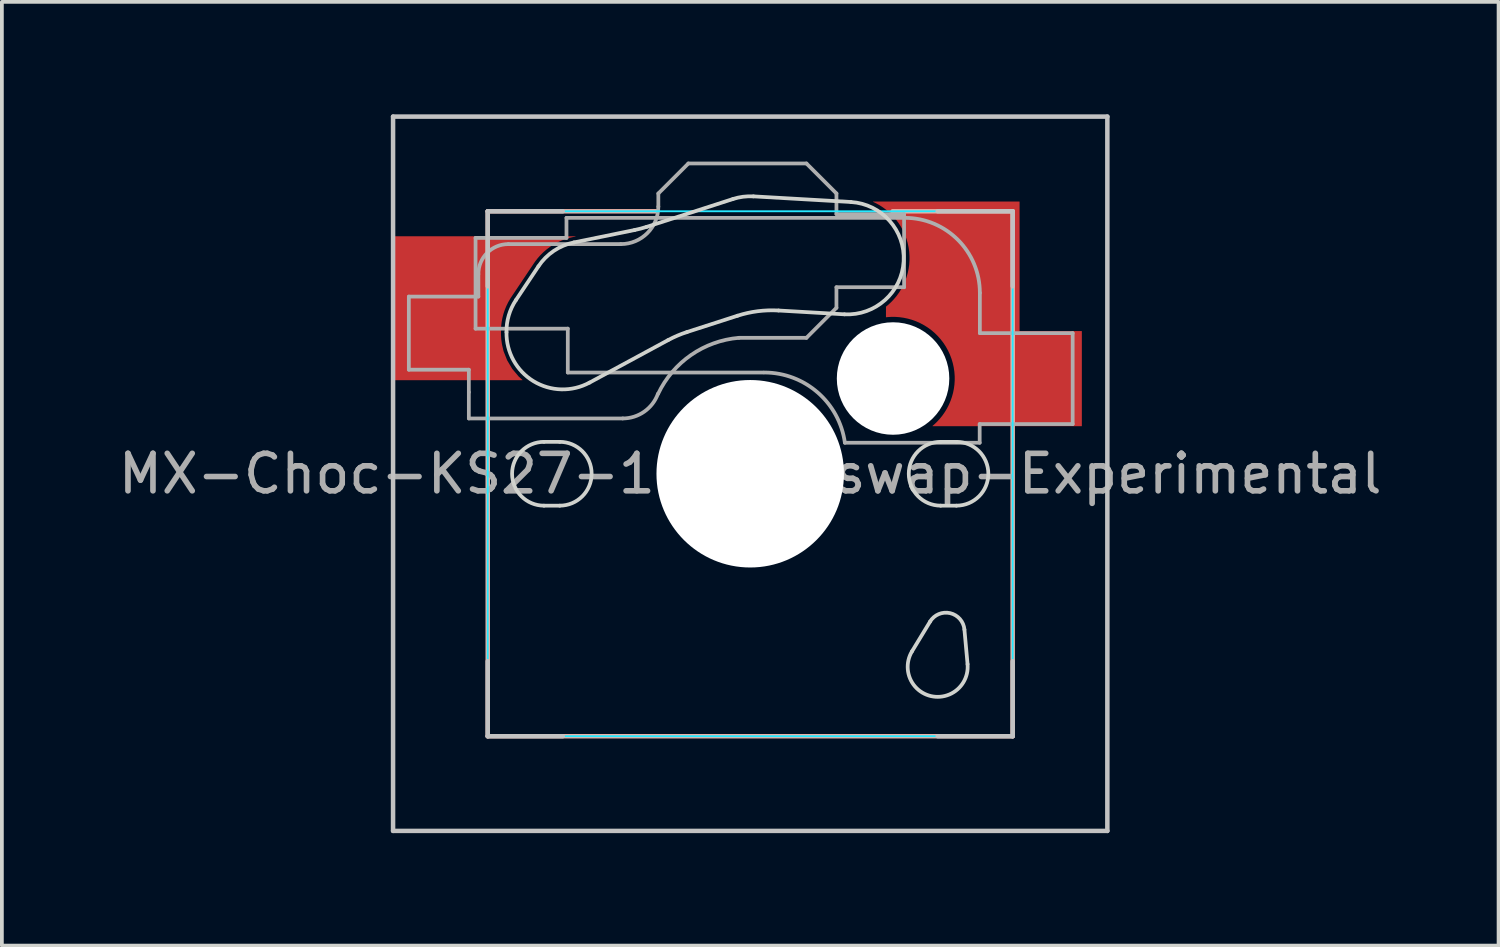
<source format=kicad_pcb>
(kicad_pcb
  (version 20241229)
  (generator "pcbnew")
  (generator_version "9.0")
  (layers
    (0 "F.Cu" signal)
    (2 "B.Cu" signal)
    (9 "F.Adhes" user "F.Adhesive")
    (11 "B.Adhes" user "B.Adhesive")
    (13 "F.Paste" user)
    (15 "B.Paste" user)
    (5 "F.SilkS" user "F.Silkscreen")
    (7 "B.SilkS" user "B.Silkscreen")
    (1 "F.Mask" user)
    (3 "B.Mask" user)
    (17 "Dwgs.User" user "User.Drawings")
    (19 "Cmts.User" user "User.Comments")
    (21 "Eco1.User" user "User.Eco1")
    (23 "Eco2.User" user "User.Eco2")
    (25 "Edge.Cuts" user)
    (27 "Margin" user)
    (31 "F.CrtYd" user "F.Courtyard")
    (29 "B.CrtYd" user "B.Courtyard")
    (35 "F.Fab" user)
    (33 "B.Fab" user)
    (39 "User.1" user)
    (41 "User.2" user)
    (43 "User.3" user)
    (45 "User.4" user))
  (footprint "MX-Choc-KS27-1U-Hotswap-Experimental"
    (layer "F.Cu")
    (at 16.958 9.585)
    (property "Reference" "MX-Choc-KS27-1U-Hotswap-Experimental" (at 0 0 0) (layer "F.Fab") (effects (font (size 1 1) (thickness 0.15))))
    (attr smd)
    (fp_line (start -7 -7) (end -2.5 -7) (stroke (width 0.12) (type default)) (layer "B.SilkS"))
    (fp_line (start -7 7) (end -7 -7) (stroke (width 0.12) (type default)) (layer "B.SilkS"))
    (fp_line (start 3.8 -7) (end 7 -7) (stroke (width 0.12) (type default)) (layer "B.SilkS"))
    (fp_line (start 7 -7) (end 7 7) (stroke (width 0.12) (type default)) (layer "B.SilkS"))
    (fp_line (start 7 7) (end -7 7) (stroke (width 0.12) (type default)) (layer "B.SilkS"))
    (fp_line (start -9.525 -9.525) (end -9.525 9.525) (stroke (width 0.12) (type solid)) (layer "Dwgs.User"))
    (fp_line (start -9.525 9.525) (end 9.525 9.525) (stroke (width 0.12) (type solid)) (layer "Dwgs.User"))
    (fp_line (start -7 -7) (end -7 -5) (stroke (width 0.12) (type solid)) (layer "Dwgs.User"))
    (fp_line (start -7 7) (end -7 5) (stroke (width 0.12) (type solid)) (layer "Dwgs.User"))
    (fp_line (start -5 -7) (end -7 -7) (stroke (width 0.12) (type solid)) (layer "Dwgs.User"))
    (fp_line (start -5 7) (end -7 7) (stroke (width 0.12) (type solid)) (layer "Dwgs.User"))
    (fp_line (start 5 -7) (end 7 -7) (stroke (width 0.12) (type solid)) (layer "Dwgs.User"))
    (fp_line (start 7 -7) (end 7 -5) (stroke (width 0.12) (type solid)) (layer "Dwgs.User"))
    (fp_line (start 7 5) (end 7 7) (stroke (width 0.12) (type solid)) (layer "Dwgs.User"))
    (fp_line (start 7 7) (end 5 7) (stroke (width 0.12) (type solid)) (layer "Dwgs.User"))
    (fp_line (start 9.525 -9.525) (end -9.525 -9.525) (stroke (width 0.12) (type solid)) (layer "Dwgs.User"))
    (fp_line (start 9.525 9.525) (end 9.525 -9.525) (stroke (width 0.12) (type solid)) (layer "Dwgs.User"))
    (fp_line (start -6.248 -4.632) (end -5.648 -5.532) (stroke (width 0.1) (type solid)) (layer "Edge.Cuts"))
    (fp_line (start -5.5 -0.851) (end -5.08 -0.851) (stroke (width 0.1) (type solid)) (layer "Edge.Cuts"))
    (fp_line (start -5.08 0.851) (end -5.5 0.851) (stroke (width 0.1) (type solid)) (layer "Edge.Cuts"))
    (fp_line (start -4.7 -6.17) (end -3.085 -6.5) (stroke (width 0.1) (type solid)) (layer "Edge.Cuts"))
    (fp_line (start -2.763 -6.584) (end -0.461 -7.327) (stroke (width 0.1) (type solid)) (layer "Edge.Cuts"))
    (fp_line (start -2.191 -3.564) (end -4.287 -2.43) (stroke (width 0.1) (type solid)) (layer "Edge.Cuts"))
    (fp_line (start -0.34 -4.214) (end -1.685 -3.78) (stroke (width 0.1) (type solid)) (layer "Edge.Cuts"))
    (fp_line (start 0.086 -7.398) (end 2.686 -7.248) (stroke (width 0.1) (type solid)) (layer "Edge.Cuts"))
    (fp_line (start 2.514 -4.252) (end 0.754 -4.354) (stroke (width 0.1) (type solid)) (layer "Edge.Cuts"))
    (fp_line (start 4.316 4.735) (end 4.797 3.943) (stroke (width 0.1) (type solid)) (layer "Edge.Cuts"))
    (fp_line (start 5.08 -0.851) (end 5.5 -0.851) (stroke (width 0.1) (type solid)) (layer "Edge.Cuts"))
    (fp_line (start 5.5 0.851) (end 5.08 0.851) (stroke (width 0.1) (type solid)) (layer "Edge.Cuts"))
    (fp_line (start 5.713 4.155) (end 5.797 5.078) (stroke (width 0.1) (type solid)) (layer "Edge.Cuts"))
    (fp_arc (start -6.499791 -3.77497) (mid -6.439215 -4.222681) (end -6.248077 -4.632047) (stroke (width 0.1) (type solid)) (layer "Edge.Cuts"))
    (fp_arc (start -5.648075 -5.53205) (mid -5.237225 -5.944609) (end -4.700233 -6.169646) (stroke (width 0.1) (type solid)) (layer "Edge.Cuts"))
    (fp_arc (start -5.499998 0.850901) (mid -6.350901 0.000001) (end -5.5 -0.850901) (stroke (width 0.1) (type solid)) (layer "Edge.Cuts"))
    (fp_arc (start -5.08 -0.850901) (mid -4.229099 0) (end -5.08 0.850899) (stroke (width 0.1) (type solid)) (layer "Edge.Cuts"))
    (fp_arc (start -4.286612 -2.4305) (mid -5.778786 -2.468011) (end -6.499791 -3.77497) (stroke (width 0.1) (type solid)) (layer "Edge.Cuts"))
    (fp_arc (start -2.763466 -6.584087) (mid -2.922881 -6.537454) (end -3.084632 -6.499714) (stroke (width 0.1) (type solid)) (layer "Edge.Cuts"))
    (fp_arc (start -2.190557 -3.563734) (mid -1.942953 -3.683279) (end -1.685444 -3.77965) (stroke (width 0.1) (type solid)) (layer "Edge.Cuts"))
    (fp_arc (start -0.460833 -7.327456) (mid -0.190467 -7.387857) (end 0.086395 -7.39751) (stroke (width 0.1) (type solid)) (layer "Edge.Cuts"))
    (fp_arc (start -0.340349 -4.213894) (mid 0.200381 -4.334696) (end 0.754105 -4.354) (stroke (width 0.1) (type solid)) (layer "Edge.Cuts"))
    (fp_arc (start 2.686397 -7.24751) (mid 4.097512 -5.663605) (end 2.513607 -4.25249) (stroke (width 0.1) (type solid)) (layer "Edge.Cuts"))
    (fp_arc (start 4.796547 3.943076) (mid 5.331744 3.71747) (end 5.713285 4.155374) (stroke (width 0.1) (type solid)) (layer "Edge.Cuts"))
    (fp_arc (start 5.08 0.850899) (mid 4.2291 -0.000001) (end 5.08 -0.850901) (stroke (width 0.1) (type solid)) (layer "Edge.Cuts"))
    (fp_arc (start 5.5 -0.850899) (mid 6.350899 0) (end 5.5 0.850899) (stroke (width 0.1) (type solid)) (layer "Edge.Cuts"))
    (fp_arc (start 5.796746 5.07792) (mid 4.819517 5.929375) (end 4.316042 4.735028) (stroke (width 0.1) (type solid)) (layer "Edge.Cuts"))
    (fp_rect (start 7 -7) (end -7 7) (stroke (width 0.05) (type solid)) (fill no) (layer "B.CrtYd"))
    (fp_line (start -9.104 -4.725) (end -9.104 -2.775) (stroke (width 0.1) (type solid)) (layer "F.Fab"))
    (fp_line (start -9.104 -2.775) (end -7.504 -2.775) (stroke (width 0.1) (type solid)) (layer "F.Fab"))
    (fp_line (start -7.504 -2.175) (end -7.504 -2.775) (stroke (width 0.1) (type solid)) (layer "F.Fab"))
    (fp_line (start -7.504 -1.475) (end -7.504 -2.175) (stroke (width 0.1) (type solid)) (layer "F.Fab"))
    (fp_line (start -7.504 -1.475) (end -3.4 -1.475) (stroke (width 0.1) (type solid)) (layer "F.Fab"))
    (fp_line (start -7.325 -6.29) (end -4.9 -6.29) (stroke (width 0.1) (type solid)) (layer "F.Fab"))
    (fp_line (start -7.325 -3.87) (end -7.325 -6.29) (stroke (width 0.1) (type solid)) (layer "F.Fab"))
    (fp_line (start -7.25 -5.325) (end -7.25 -4.725) (stroke (width 0.1) (type solid)) (layer "F.Fab"))
    (fp_line (start -7.25 -4.725) (end -9.104 -4.725) (stroke (width 0.1) (type solid)) (layer "F.Fab"))
    (fp_line (start -4.9 -6.825) (end -4.9 -6.29) (stroke (width 0.1) (type solid)) (layer "F.Fab"))
    (fp_line (start -4.865 -3.87) (end -7.325 -3.87) (stroke (width 0.1) (type solid)) (layer "F.Fab"))
    (fp_line (start -4.865 -3.87) (end -4.865 -2.7) (stroke (width 0.1) (type solid)) (layer "F.Fab"))
    (fp_line (start -4.865 -2.7) (end 0.35 -2.7) (stroke (width 0.1) (type solid)) (layer "F.Fab"))
    (fp_line (start -3.45 -6.125) (end -6.45 -6.125) (stroke (width 0.1) (type solid)) (layer "F.Fab"))
    (fp_line (start -2.45 -7.475) (end -2.45 -7.125) (stroke (width 0.1) (type solid)) (layer "F.Fab"))
    (fp_line (start -2.45 -7.475) (end -1.65 -8.275) (stroke (width 0.1) (type solid)) (layer "F.Fab"))
    (fp_line (start 1.5 -8.275) (end -1.65 -8.275) (stroke (width 0.1) (type solid)) (layer "F.Fab"))
    (fp_line (start 1.5 -3.625) (end -0.3 -3.625) (stroke (width 0.1) (type solid)) (layer "F.Fab"))
    (fp_line (start 1.5 -3.625) (end 2.3 -4.425) (stroke (width 0.1) (type solid)) (layer "F.Fab"))
    (fp_line (start 2.3 -7.475) (end 1.5 -8.275) (stroke (width 0.1) (type solid)) (layer "F.Fab"))
    (fp_line (start 2.3 -7.475) (end 2.3 -6.925) (stroke (width 0.1) (type solid)) (layer "F.Fab"))
    (fp_line (start 2.3 -4.975) (end 2.3 -4.425) (stroke (width 0.1) (type solid)) (layer "F.Fab"))
    (fp_line (start 4.085 -6.825) (end -4.9 -6.825) (stroke (width 0.1) (type solid)) (layer "F.Fab"))
    (fp_line (start 4.104 -6.925) (end 2.3 -6.925) (stroke (width 0.1) (type solid)) (layer "F.Fab"))
    (fp_line (start 4.104 -4.975) (end 2.3 -4.975) (stroke (width 0.1) (type solid)) (layer "F.Fab"))
    (fp_line (start 4.104 -4.975) (end 4.104 -6.925) (stroke (width 0.1) (type solid)) (layer "F.Fab"))
    (fp_line (start 6.12 -1.325) (end 6.12 -0.827) (stroke (width 0.1) (type solid)) (layer "F.Fab"))
    (fp_line (start 6.12 -0.827) (end 2.525 -0.827) (stroke (width 0.1) (type solid)) (layer "F.Fab"))
    (fp_line (start 6.125 -3.75) (end 6.125 -4.825) (stroke (width 0.1) (type solid)) (layer "F.Fab"))
    (fp_line (start 6.125 -3.75) (end 8.6 -3.75) (stroke (width 0.1) (type solid)) (layer "F.Fab"))
    (fp_line (start 8.6 -3.75) (end 8.6 -1.325) (stroke (width 0.1) (type solid)) (layer "F.Fab"))
    (fp_line (start 8.6 -1.325) (end 6.12 -1.325) (stroke (width 0.1) (type solid)) (layer "F.Fab"))
    (fp_arc (start -7.25 -5.325) (mid -7.015685 -5.890685) (end -6.45 -6.125) (stroke (width 0.1) (type solid)) (layer "F.Fab"))
    (fp_arc (start -2.460307 -2.13298) (mid -2.826423 -1.655848) (end -3.4 -1.475) (stroke (width 0.1) (type solid)) (layer "F.Fab"))
    (fp_arc (start -2.455444 -2.13293) (mid -1.577272 -3.167235) (end -0.299999 -3.624999) (stroke (width 0.1) (type solid)) (layer "F.Fab"))
    (fp_arc (start -2.45 -7.125) (mid -2.742893 -6.417893) (end -3.45 -6.125) (stroke (width 0.1) (type solid)) (layer "F.Fab"))
    (fp_arc (start 0.375001 -2.7) (mid 1.800996 -2.166219) (end 2.525 -0.826741) (stroke (width 0.1) (type solid)) (layer "F.Fab"))
    (fp_arc (start 4.125 -6.82478) (mid 5.539213 -6.238994) (end 6.125 -4.82478) (stroke (width 0.1) (type solid)) (layer "F.Fab"))
    (pad "" np_thru_hole circle (at 0 0 180) (size 5 5) (drill 5) (layers "*.Cu" "*.Mask"))
    (pad "" np_thru_hole circle (at 3.81 -2.54) (size 3 3) (drill 3) (layers "*.Cu" "*.Mask"))
    (pad "1" smd custom (at 6.35 -5.975) (size 1.025 0.988) (layers "F.Cu" "F.Mask" "F.Paste") (options (anchor rect)) (primitives (gr_poly (pts (xy 0.829 1.521) (xy 0.829 -1.28) (arc (start -3.068906 -1.279671) (mid -2.360417 -0.670903) (end -2.096006 0.225)) (arc (start -2.096006 0.225) (mid -2.261394 0.945018) (end -2.724401 1.520694))) (width 0.01) (fill yes)) (gr_poly (pts (xy 0.829 1.521) (xy -2.724 1.521) (arc (start -2.724401 1.79604) (mid -2.632346 1.788286) (end -2.540002 1.785699)) (arc (start -2.540002 1.785699) (mid -1.973544 1.886026) (end -1.476002 2.174802)) (xy 0.829 2.175)) (width 0.01) (fill yes)) (gr_poly (pts (xy -0.065 2.175) (arc (start -1.476002 2.174802) (mid -1.044166 2.740256) (end -0.890701 3.435)) (arc (start -0.890701 3.435) (mid -1.046142 4.133982) (end -1.483165 4.701211)) (xy -0.065 4.701)) (width 0.01) (fill yes)) (gr_poly (pts (xy -0.065 4.701) (xy -0.065 2.175) (xy 2.49 2.175) (xy 2.49 4.701)) (width 0.01) (fill yes))))
    (pad "2" smd custom (at -7.97 -3.814 180) (size 0.92 1.29) (layers "F.Cu" "F.Mask" "F.Paste") (options (anchor rect)) (primitives (gr_poly (pts (xy 1.53 -1.314) (xy -0.99 -1.314) (xy -0.99 -0.414) (arc (start -1.355507 -0.414334) (mid -1.325824 -0.22755) (end -1.317725 -0.038595)) (arc (start -1.317725 -0.038595) (mid -1.384987 0.452859) (end -1.595076 0.902207)) (arc (start -2.196915 1.800984) (mid -2.677263 2.273623) (end -3.306436 2.515)) (xy 1.53 2.515)) (width 0.01) (fill yes)) (gr_poly (pts (xy -1.356 -0.414) (xy -1.386 -0.544) (xy -1.484 -0.792) (xy -1.621 -1.021) (xy -1.792 -1.225) (xy -1.891 -1.314) (xy -0.99 -1.314) (xy -0.99 -0.414)) (width 0.01) (fill yes)))))
  (gr_rect
    (start -3 -3)
    (end 36.917 22.17)
    (stroke (width 0.1) (type default))
    (fill no)
    (layer "Edge.Cuts")))
</source>
